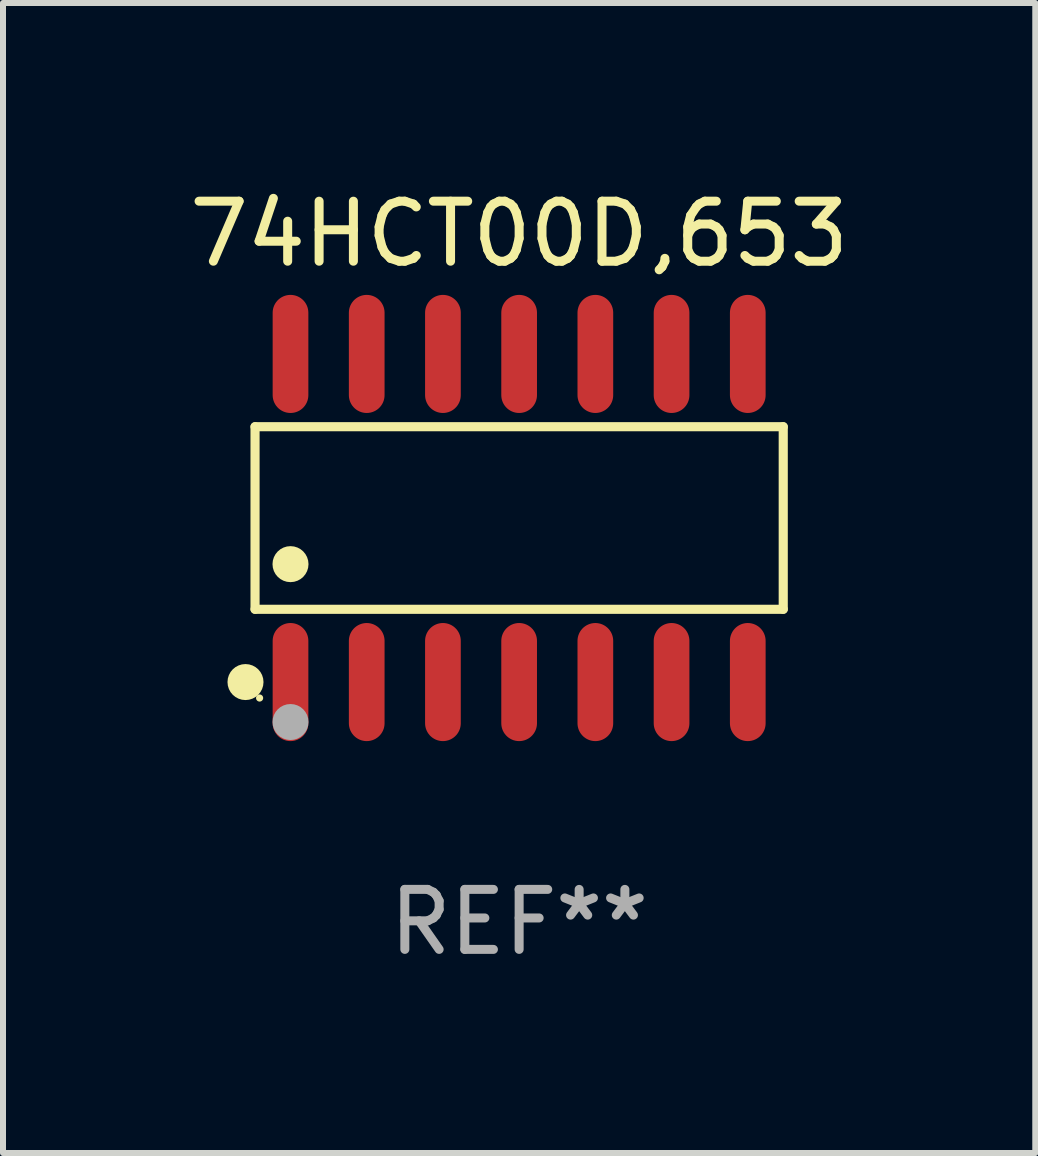
<source format=kicad_pcb>
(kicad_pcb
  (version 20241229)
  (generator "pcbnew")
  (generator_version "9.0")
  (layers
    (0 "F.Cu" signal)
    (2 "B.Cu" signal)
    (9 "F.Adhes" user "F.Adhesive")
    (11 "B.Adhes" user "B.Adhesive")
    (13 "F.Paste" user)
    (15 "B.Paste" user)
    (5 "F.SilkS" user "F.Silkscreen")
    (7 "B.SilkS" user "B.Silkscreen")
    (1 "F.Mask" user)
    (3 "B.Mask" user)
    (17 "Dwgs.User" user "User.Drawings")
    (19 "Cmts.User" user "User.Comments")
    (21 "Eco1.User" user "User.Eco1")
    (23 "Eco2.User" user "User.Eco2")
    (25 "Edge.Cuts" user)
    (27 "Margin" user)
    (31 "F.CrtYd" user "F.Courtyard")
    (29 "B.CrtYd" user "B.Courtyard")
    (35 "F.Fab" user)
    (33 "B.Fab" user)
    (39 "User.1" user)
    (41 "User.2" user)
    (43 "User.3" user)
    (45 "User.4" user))
  (footprint "74HCT00D,653"
    (layer "F.Cu")
    (at 5.601 5.582)
    (property "Reference" "74HCT00D,653" (at 0 -4.734 0) (layer "F.SilkS") (effects (font (size 1 1) (thickness 0.15))))
    (attr through_hole)
    (fp_line (start -4.401 -1.521) (end 4.401 -1.521) (stroke (width 0.152) (type solid)) (layer "F.SilkS"))
    (fp_line (start -4.401 1.521) (end -4.401 -1.521) (stroke (width 0.152) (type solid)) (layer "F.SilkS"))
    (fp_line (start 4.401 -1.521) (end 4.401 1.521) (stroke (width 0.152) (type solid)) (layer "F.SilkS"))
    (fp_line (start 4.401 1.521) (end -4.401 1.521) (stroke (width 0.152) (type solid)) (layer "F.SilkS"))
    (fp_circle (center -4.56 2.734) (end -4.41 2.734) (stroke (width 0.3) (type solid)) (fill no) (layer "F.SilkS"))
    (fp_circle (center -4.325 3) (end -4.295 3) (stroke (width 0.06) (type solid)) (fill no) (layer "F.SilkS"))
    (fp_circle (center -3.81 0.769) (end -3.66 0.769) (stroke (width 0.3) (type solid)) (fill no) (layer "F.SilkS"))
    (fp_circle (center -3.81 3.4) (end -3.66 3.4) (stroke (width 0.3) (type solid)) (fill no) (layer "F.Fab"))
    (fp_text user "REF**" (at 0 6.734 0) (layer "F.Fab") (effects (font (size 1 1) (thickness 0.15))))
    (pad "1" smd oval (at -3.81 2.734) (size 0.595 1.968) (layers "F.Cu" "F.Mask" "F.Paste"))
    (pad "2" smd oval (at -2.54 2.734) (size 0.595 1.968) (layers "F.Cu" "F.Mask" "F.Paste"))
    (pad "3" smd oval (at -1.27 2.734) (size 0.595 1.968) (layers "F.Cu" "F.Mask" "F.Paste"))
    (pad "4" smd oval (at 0 2.734) (size 0.595 1.968) (layers "F.Cu" "F.Mask" "F.Paste"))
    (pad "5" smd oval (at 1.27 2.734) (size 0.595 1.968) (layers "F.Cu" "F.Mask" "F.Paste"))
    (pad "6" smd oval (at 2.54 2.734) (size 0.595 1.968) (layers "F.Cu" "F.Mask" "F.Paste"))
    (pad "7" smd oval (at 3.81 2.734) (size 0.595 1.968) (layers "F.Cu" "F.Mask" "F.Paste"))
    (pad "8" smd oval (at 3.81 -2.734) (size 0.595 1.968) (layers "F.Cu" "F.Mask" "F.Paste"))
    (pad "9" smd oval (at 2.54 -2.734) (size 0.595 1.968) (layers "F.Cu" "F.Mask" "F.Paste"))
    (pad "10" smd oval (at 1.27 -2.734) (size 0.595 1.968) (layers "F.Cu" "F.Mask" "F.Paste"))
    (pad "11" smd oval (at 0 -2.734) (size 0.595 1.968) (layers "F.Cu" "F.Mask" "F.Paste"))
    (pad "12" smd oval (at -1.27 -2.734) (size 0.595 1.968) (layers "F.Cu" "F.Mask" "F.Paste"))
    (pad "13" smd oval (at -2.54 -2.734) (size 0.595 1.968) (layers "F.Cu" "F.Mask" "F.Paste"))
    (pad "14" smd oval (at -3.81 -2.734) (size 0.595 1.968) (layers "F.Cu" "F.Mask" "F.Paste")))
  (gr_rect
    (start -3 -3)
    (end 14.202 16.164)
    (stroke (width 0.1) (type default))
    (fill no)
    (layer "Edge.Cuts")))
</source>
